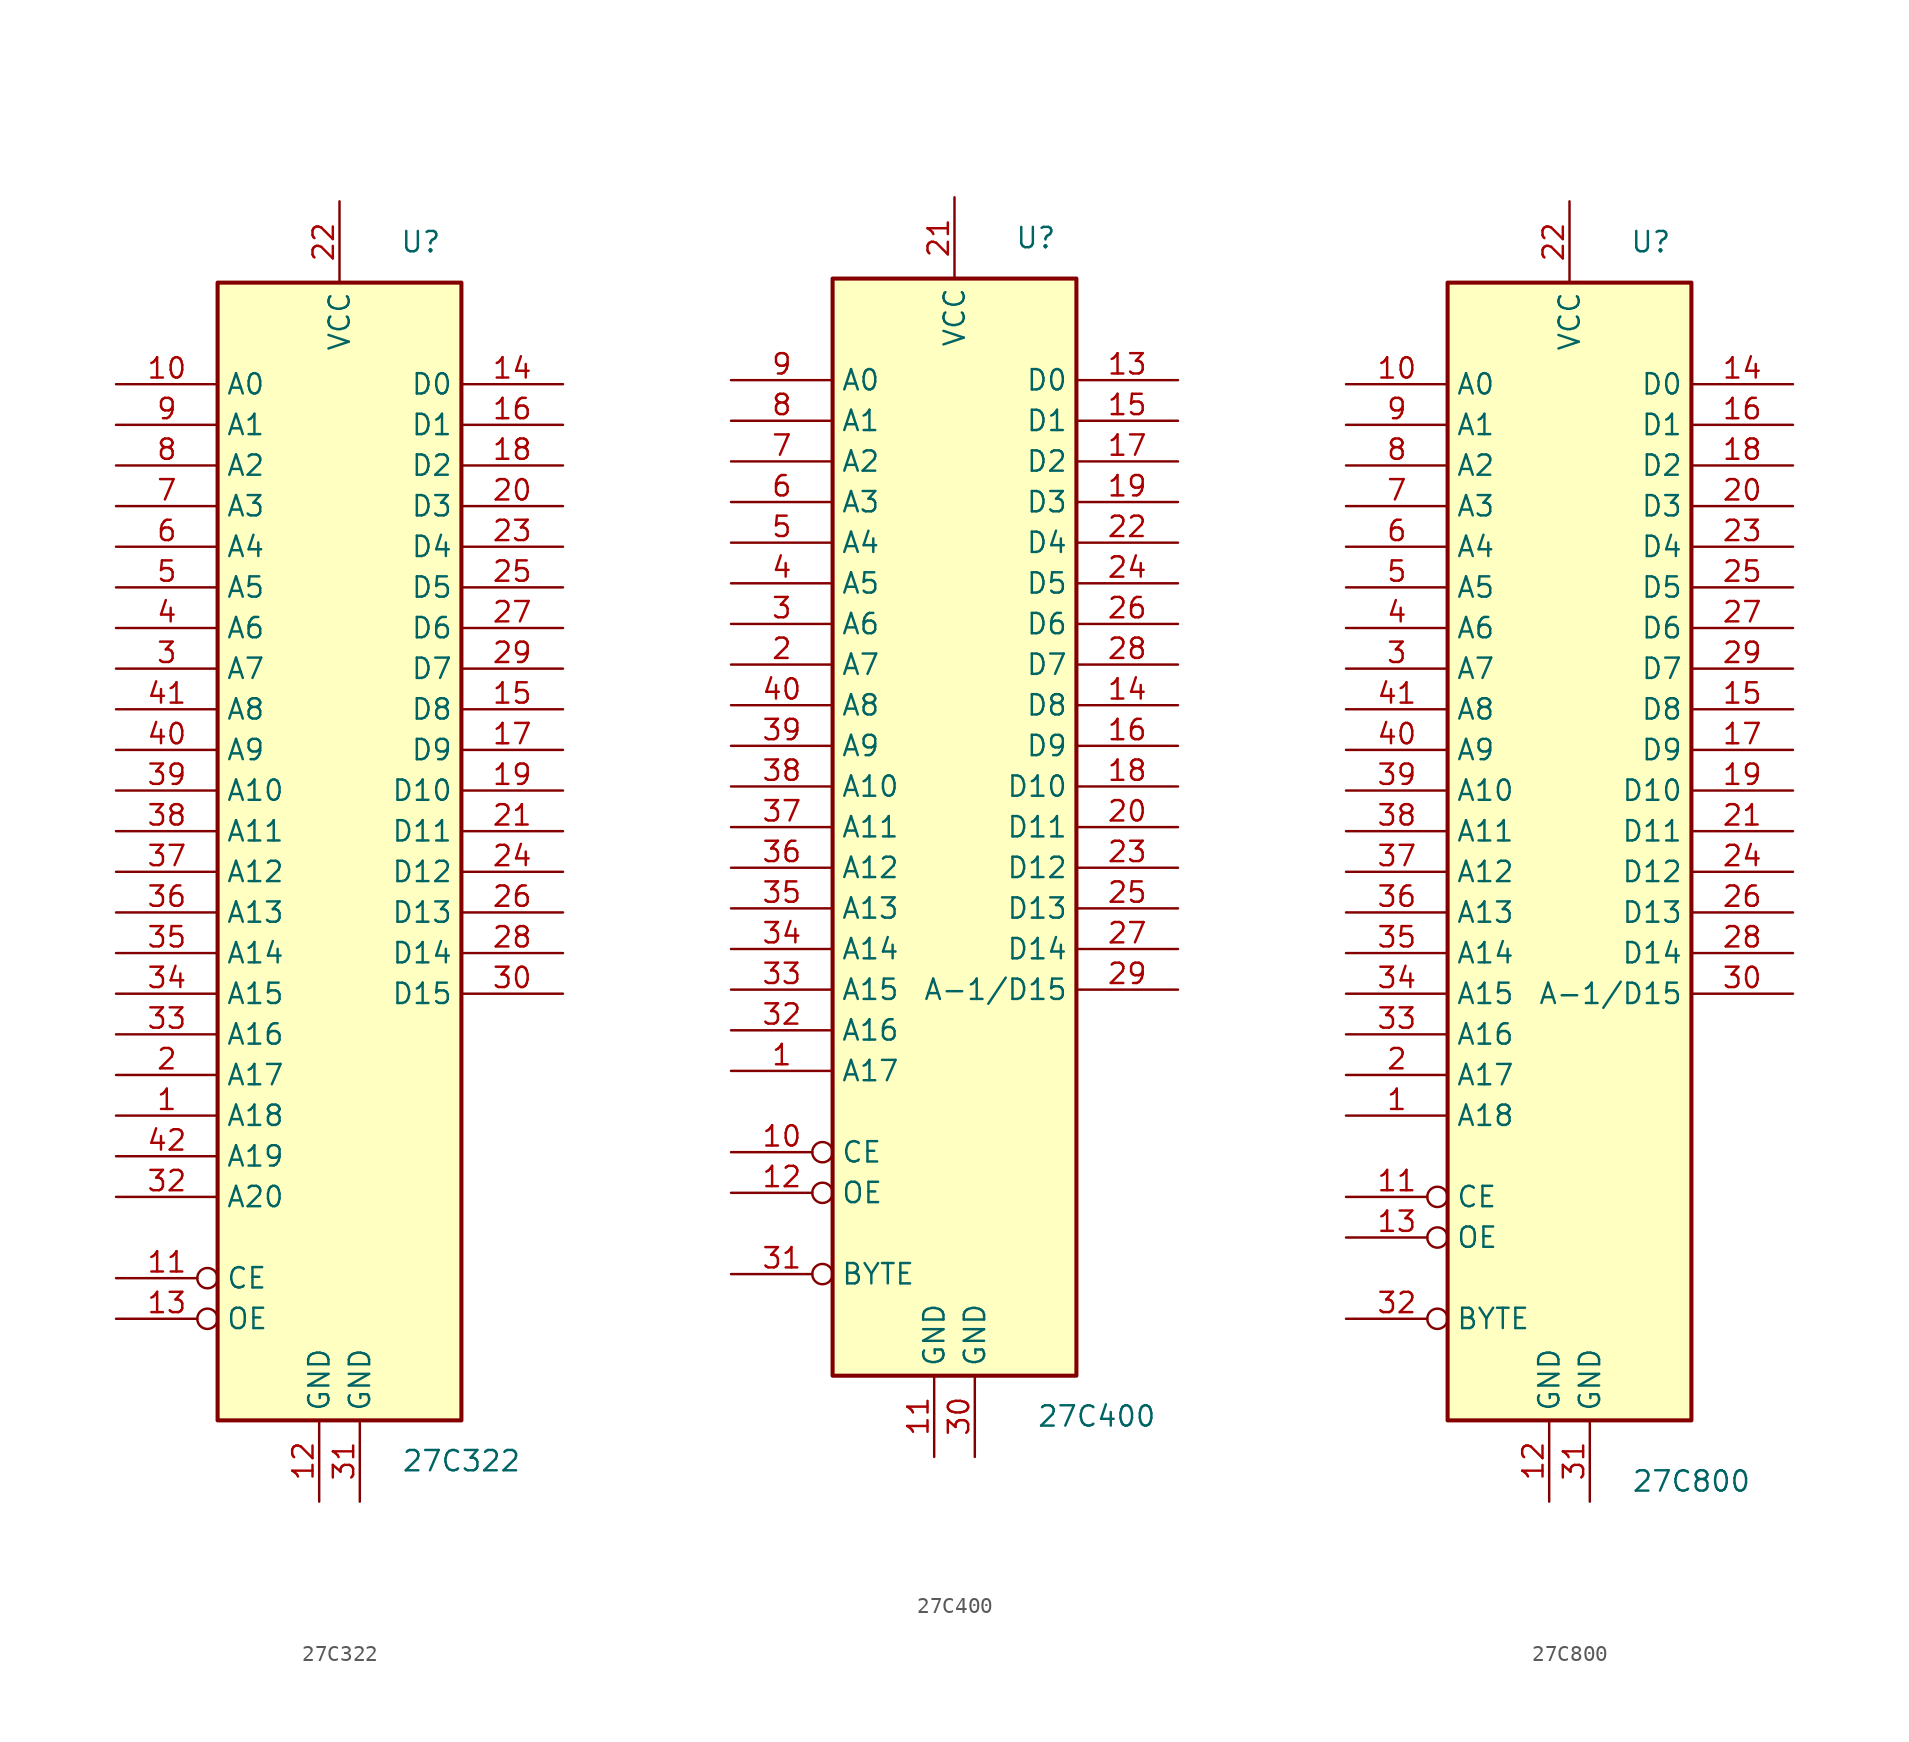
<source format=kicad_sym>
(kicad_symbol_lib
  (version 20220914)
  (generator kicad_symbol_editor)
  (symbol "27C322"
    (property "Reference" "U"
      (at 5.08 36.83 0)
      (effects (font (size 1.27 1.27))))
    (property "Value" "27C322"
      (at 7.62 -39.37 0)
      (effects (font (size 1.27 1.27))))
    (symbol "27C322_1_1"
      (rectangle (start -7.62 34.29) (end 7.62 -36.83) (stroke (width 0.254) (type default)) (fill (type background)))
      (pin input line (at -13.97 -17.78 0) (length 6.35) (name "A18" (effects (font (size 1.27 1.27)))) (number "1" (effects (font (size 1.27 1.27)))))
      (pin input line (at -13.97 27.94 0) (length 6.35) (name "A0" (effects (font (size 1.27 1.27)))) (number "10" (effects (font (size 1.27 1.27)))))
      (pin input inverted (at -13.97 -27.94 0) (length 6.35) (name "CE" (effects (font (size 1.27 1.27)))) (number "11" (effects (font (size 1.27 1.27)))))
      (pin power_in line (at -1.27 -41.91 90) (length 5.08) (name "GND" (effects (font (size 1.27 1.27)))) (number "12" (effects (font (size 1.27 1.27)))))
      (pin input inverted (at -13.97 -30.48 0) (length 6.35) (name "OE" (effects (font (size 1.27 1.27)))) (number "13" (effects (font (size 1.27 1.27)))))
      (pin tri_state line (at 13.97 27.94 180) (length 6.35) (name "D0" (effects (font (size 1.27 1.27)))) (number "14" (effects (font (size 1.27 1.27)))))
      (pin tri_state line (at 13.97 7.62 180) (length 6.35) (name "D8" (effects (font (size 1.27 1.27)))) (number "15" (effects (font (size 1.27 1.27)))))
      (pin tri_state line (at 13.97 25.4 180) (length 6.35) (name "D1" (effects (font (size 1.27 1.27)))) (number "16" (effects (font (size 1.27 1.27)))))
      (pin tri_state line (at 13.97 5.08 180) (length 6.35) (name "D9" (effects (font (size 1.27 1.27)))) (number "17" (effects (font (size 1.27 1.27)))))
      (pin tri_state line (at 13.97 22.86 180) (length 6.35) (name "D2" (effects (font (size 1.27 1.27)))) (number "18" (effects (font (size 1.27 1.27)))))
      (pin tri_state line (at 13.97 2.54 180) (length 6.35) (name "D10" (effects (font (size 1.27 1.27)))) (number "19" (effects (font (size 1.27 1.27)))))
      (pin input line (at -13.97 -15.24 0) (length 6.35) (name "A17" (effects (font (size 1.27 1.27)))) (number "2" (effects (font (size 1.27 1.27)))))
      (pin tri_state line (at 13.97 20.32 180) (length 6.35) (name "D3" (effects (font (size 1.27 1.27)))) (number "20" (effects (font (size 1.27 1.27)))))
      (pin tri_state line (at 13.97 0 180) (length 6.35) (name "D11" (effects (font (size 1.27 1.27)))) (number "21" (effects (font (size 1.27 1.27)))))
      (pin power_in line (at 0 39.37 270) (length 5.08) (name "VCC" (effects (font (size 1.27 1.27)))) (number "22" (effects (font (size 1.27 1.27)))))
      (pin tri_state line (at 13.97 17.78 180) (length 6.35) (name "D4" (effects (font (size 1.27 1.27)))) (number "23" (effects (font (size 1.27 1.27)))))
      (pin tri_state line (at 13.97 -2.54 180) (length 6.35) (name "D12" (effects (font (size 1.27 1.27)))) (number "24" (effects (font (size 1.27 1.27)))))
      (pin tri_state line (at 13.97 15.24 180) (length 6.35) (name "D5" (effects (font (size 1.27 1.27)))) (number "25" (effects (font (size 1.27 1.27)))))
      (pin tri_state line (at 13.97 -5.08 180) (length 6.35) (name "D13" (effects (font (size 1.27 1.27)))) (number "26" (effects (font (size 1.27 1.27)))))
      (pin tri_state line (at 13.97 12.7 180) (length 6.35) (name "D6" (effects (font (size 1.27 1.27)))) (number "27" (effects (font (size 1.27 1.27)))))
      (pin tri_state line (at 13.97 -7.62 180) (length 6.35) (name "D14" (effects (font (size 1.27 1.27)))) (number "28" (effects (font (size 1.27 1.27)))))
      (pin tri_state line (at 13.97 10.16 180) (length 6.35) (name "D7" (effects (font (size 1.27 1.27)))) (number "29" (effects (font (size 1.27 1.27)))))
      (pin input line (at -13.97 10.16 0) (length 6.35) (name "A7" (effects (font (size 1.27 1.27)))) (number "3" (effects (font (size 1.27 1.27)))))
      (pin tri_state line (at 13.97 -10.16 180) (length 6.35) (name "D15" (effects (font (size 1.27 1.27)))) (number "30" (effects (font (size 1.27 1.27)))))
      (pin power_in line (at 1.27 -41.91 90) (length 5.08) (name "GND" (effects (font (size 1.27 1.27)))) (number "31" (effects (font (size 1.27 1.27)))))
      (pin input line (at -13.97 -22.86 0) (length 6.35) (name "A20" (effects (font (size 1.27 1.27)))) (number "32" (effects (font (size 1.27 1.27)))))
      (pin input line (at -13.97 -12.7 0) (length 6.35) (name "A16" (effects (font (size 1.27 1.27)))) (number "33" (effects (font (size 1.27 1.27)))))
      (pin input line (at -13.97 -10.16 0) (length 6.35) (name "A15" (effects (font (size 1.27 1.27)))) (number "34" (effects (font (size 1.27 1.27)))))
      (pin input line (at -13.97 -7.62 0) (length 6.35) (name "A14" (effects (font (size 1.27 1.27)))) (number "35" (effects (font (size 1.27 1.27)))))
      (pin input line (at -13.97 -5.08 0) (length 6.35) (name "A13" (effects (font (size 1.27 1.27)))) (number "36" (effects (font (size 1.27 1.27)))))
      (pin input line (at -13.97 -2.54 0) (length 6.35) (name "A12" (effects (font (size 1.27 1.27)))) (number "37" (effects (font (size 1.27 1.27)))))
      (pin input line (at -13.97 0 0) (length 6.35) (name "A11" (effects (font (size 1.27 1.27)))) (number "38" (effects (font (size 1.27 1.27)))))
      (pin input line (at -13.97 2.54 0) (length 6.35) (name "A10" (effects (font (size 1.27 1.27)))) (number "39" (effects (font (size 1.27 1.27)))))
      (pin input line (at -13.97 12.7 0) (length 6.35) (name "A6" (effects (font (size 1.27 1.27)))) (number "4" (effects (font (size 1.27 1.27)))))
      (pin input line (at -13.97 5.08 0) (length 6.35) (name "A9" (effects (font (size 1.27 1.27)))) (number "40" (effects (font (size 1.27 1.27)))))
      (pin input line (at -13.97 7.62 0) (length 6.35) (name "A8" (effects (font (size 1.27 1.27)))) (number "41" (effects (font (size 1.27 1.27)))))
      (pin input line (at -13.97 -20.32 0) (length 6.35) (name "A19" (effects (font (size 1.27 1.27)))) (number "42" (effects (font (size 1.27 1.27)))))
      (pin input line (at -13.97 15.24 0) (length 6.35) (name "A5" (effects (font (size 1.27 1.27)))) (number "5" (effects (font (size 1.27 1.27)))))
      (pin input line (at -13.97 17.78 0) (length 6.35) (name "A4" (effects (font (size 1.27 1.27)))) (number "6" (effects (font (size 1.27 1.27)))))
      (pin input line (at -13.97 20.32 0) (length 6.35) (name "A3" (effects (font (size 1.27 1.27)))) (number "7" (effects (font (size 1.27 1.27)))))
      (pin input line (at -13.97 22.86 0) (length 6.35) (name "A2" (effects (font (size 1.27 1.27)))) (number "8" (effects (font (size 1.27 1.27)))))
      (pin input line (at -13.97 25.4 0) (length 6.35) (name "A1" (effects (font (size 1.27 1.27)))) (number "9" (effects (font (size 1.27 1.27)))))))
  (symbol "27C400"
    (property "Reference" "U"
      (at 5.08 35.56 0)
      (effects (font (size 1.27 1.27))))
    (property "Value" "27C400"
      (at 8.89 -38.1 0)
      (effects (font (size 1.27 1.27))))
    (symbol "27C400_1_1"
      (rectangle (start -7.62 33.02) (end 7.62 -35.56) (stroke (width 0.254) (type default)) (fill (type background)))
      (pin input line (at -13.97 -16.51 0) (length 6.35) (name "A17" (effects (font (size 1.27 1.27)))) (number "1" (effects (font (size 1.27 1.27)))))
      (pin input inverted (at -13.97 -21.59 0) (length 6.35) (name "CE" (effects (font (size 1.27 1.27)))) (number "10" (effects (font (size 1.27 1.27)))))
      (pin power_in line (at -1.27 -40.64 90) (length 5.08) (name "GND" (effects (font (size 1.27 1.27)))) (number "11" (effects (font (size 1.27 1.27)))))
      (pin input inverted (at -13.97 -24.13 0) (length 6.35) (name "OE" (effects (font (size 1.27 1.27)))) (number "12" (effects (font (size 1.27 1.27)))))
      (pin tri_state line (at 13.97 26.67 180) (length 6.35) (name "D0" (effects (font (size 1.27 1.27)))) (number "13" (effects (font (size 1.27 1.27)))))
      (pin tri_state line (at 13.97 6.35 180) (length 6.35) (name "D8" (effects (font (size 1.27 1.27)))) (number "14" (effects (font (size 1.27 1.27)))))
      (pin tri_state line (at 13.97 24.13 180) (length 6.35) (name "D1" (effects (font (size 1.27 1.27)))) (number "15" (effects (font (size 1.27 1.27)))))
      (pin tri_state line (at 13.97 3.81 180) (length 6.35) (name "D9" (effects (font (size 1.27 1.27)))) (number "16" (effects (font (size 1.27 1.27)))))
      (pin tri_state line (at 13.97 21.59 180) (length 6.35) (name "D2" (effects (font (size 1.27 1.27)))) (number "17" (effects (font (size 1.27 1.27)))))
      (pin tri_state line (at 13.97 1.27 180) (length 6.35) (name "D10" (effects (font (size 1.27 1.27)))) (number "18" (effects (font (size 1.27 1.27)))))
      (pin tri_state line (at 13.97 19.05 180) (length 6.35) (name "D3" (effects (font (size 1.27 1.27)))) (number "19" (effects (font (size 1.27 1.27)))))
      (pin input line (at -13.97 8.89 0) (length 6.35) (name "A7" (effects (font (size 1.27 1.27)))) (number "2" (effects (font (size 1.27 1.27)))))
      (pin tri_state line (at 13.97 -1.27 180) (length 6.35) (name "D11" (effects (font (size 1.27 1.27)))) (number "20" (effects (font (size 1.27 1.27)))))
      (pin power_in line (at 0 38.1 270) (length 5.08) (name "VCC" (effects (font (size 1.27 1.27)))) (number "21" (effects (font (size 1.27 1.27)))))
      (pin tri_state line (at 13.97 16.51 180) (length 6.35) (name "D4" (effects (font (size 1.27 1.27)))) (number "22" (effects (font (size 1.27 1.27)))))
      (pin tri_state line (at 13.97 -3.81 180) (length 6.35) (name "D12" (effects (font (size 1.27 1.27)))) (number "23" (effects (font (size 1.27 1.27)))))
      (pin tri_state line (at 13.97 13.97 180) (length 6.35) (name "D5" (effects (font (size 1.27 1.27)))) (number "24" (effects (font (size 1.27 1.27)))))
      (pin tri_state line (at 13.97 -6.35 180) (length 6.35) (name "D13" (effects (font (size 1.27 1.27)))) (number "25" (effects (font (size 1.27 1.27)))))
      (pin tri_state line (at 13.97 11.43 180) (length 6.35) (name "D6" (effects (font (size 1.27 1.27)))) (number "26" (effects (font (size 1.27 1.27)))))
      (pin tri_state line (at 13.97 -8.89 180) (length 6.35) (name "D14" (effects (font (size 1.27 1.27)))) (number "27" (effects (font (size 1.27 1.27)))))
      (pin tri_state line (at 13.97 8.89 180) (length 6.35) (name "D7" (effects (font (size 1.27 1.27)))) (number "28" (effects (font (size 1.27 1.27)))))
      (pin tri_state line (at 13.97 -11.43 180) (length 6.35) (name "A-1/D15" (effects (font (size 1.27 1.27)))) (number "29" (effects (font (size 1.27 1.27)))))
      (pin input line (at -13.97 11.43 0) (length 6.35) (name "A6" (effects (font (size 1.27 1.27)))) (number "3" (effects (font (size 1.27 1.27)))))
      (pin power_in line (at 1.27 -40.64 90) (length 5.08) (name "GND" (effects (font (size 1.27 1.27)))) (number "30" (effects (font (size 1.27 1.27)))))
      (pin input inverted (at -13.97 -29.21 0) (length 6.35) (name "BYTE" (effects (font (size 1.27 1.27)))) (number "31" (effects (font (size 1.27 1.27)))))
      (pin input line (at -13.97 -13.97 0) (length 6.35) (name "A16" (effects (font (size 1.27 1.27)))) (number "32" (effects (font (size 1.27 1.27)))))
      (pin input line (at -13.97 -11.43 0) (length 6.35) (name "A15" (effects (font (size 1.27 1.27)))) (number "33" (effects (font (size 1.27 1.27)))))
      (pin input line (at -13.97 -8.89 0) (length 6.35) (name "A14" (effects (font (size 1.27 1.27)))) (number "34" (effects (font (size 1.27 1.27)))))
      (pin input line (at -13.97 -6.35 0) (length 6.35) (name "A13" (effects (font (size 1.27 1.27)))) (number "35" (effects (font (size 1.27 1.27)))))
      (pin input line (at -13.97 -3.81 0) (length 6.35) (name "A12" (effects (font (size 1.27 1.27)))) (number "36" (effects (font (size 1.27 1.27)))))
      (pin input line (at -13.97 -1.27 0) (length 6.35) (name "A11" (effects (font (size 1.27 1.27)))) (number "37" (effects (font (size 1.27 1.27)))))
      (pin input line (at -13.97 1.27 0) (length 6.35) (name "A10" (effects (font (size 1.27 1.27)))) (number "38" (effects (font (size 1.27 1.27)))))
      (pin input line (at -13.97 3.81 0) (length 6.35) (name "A9" (effects (font (size 1.27 1.27)))) (number "39" (effects (font (size 1.27 1.27)))))
      (pin input line (at -13.97 13.97 0) (length 6.35) (name "A5" (effects (font (size 1.27 1.27)))) (number "4" (effects (font (size 1.27 1.27)))))
      (pin input line (at -13.97 6.35 0) (length 6.35) (name "A8" (effects (font (size 1.27 1.27)))) (number "40" (effects (font (size 1.27 1.27)))))
      (pin input line (at -13.97 16.51 0) (length 6.35) (name "A4" (effects (font (size 1.27 1.27)))) (number "5" (effects (font (size 1.27 1.27)))))
      (pin input line (at -13.97 19.05 0) (length 6.35) (name "A3" (effects (font (size 1.27 1.27)))) (number "6" (effects (font (size 1.27 1.27)))))
      (pin input line (at -13.97 21.59 0) (length 6.35) (name "A2" (effects (font (size 1.27 1.27)))) (number "7" (effects (font (size 1.27 1.27)))))
      (pin input line (at -13.97 24.13 0) (length 6.35) (name "A1" (effects (font (size 1.27 1.27)))) (number "8" (effects (font (size 1.27 1.27)))))
      (pin input line (at -13.97 26.67 0) (length 6.35) (name "A0" (effects (font (size 1.27 1.27)))) (number "9" (effects (font (size 1.27 1.27)))))))
  (symbol "27C800"
    (property "Reference" "U"
      (at 5.08 36.83 0)
      (effects (font (size 1.27 1.27))))
    (property "Value" "27C800"
      (at 7.62 -40.64 0)
      (effects (font (size 1.27 1.27))))
    (symbol "27C800_1_1"
      (rectangle (start -7.62 34.29) (end 7.62 -36.83) (stroke (width 0.254) (type default)) (fill (type background)))
      (pin input line (at -13.97 -17.78 0) (length 6.35) (name "A18" (effects (font (size 1.27 1.27)))) (number "1" (effects (font (size 1.27 1.27)))))
      (pin input line (at -13.97 27.94 0) (length 6.35) (name "A0" (effects (font (size 1.27 1.27)))) (number "10" (effects (font (size 1.27 1.27)))))
      (pin input inverted (at -13.97 -22.86 0) (length 6.35) (name "CE" (effects (font (size 1.27 1.27)))) (number "11" (effects (font (size 1.27 1.27)))))
      (pin power_in line (at -1.27 -41.91 90) (length 5.08) (name "GND" (effects (font (size 1.27 1.27)))) (number "12" (effects (font (size 1.27 1.27)))))
      (pin input inverted (at -13.97 -25.4 0) (length 6.35) (name "OE" (effects (font (size 1.27 1.27)))) (number "13" (effects (font (size 1.27 1.27)))))
      (pin tri_state line (at 13.97 27.94 180) (length 6.35) (name "D0" (effects (font (size 1.27 1.27)))) (number "14" (effects (font (size 1.27 1.27)))))
      (pin tri_state line (at 13.97 7.62 180) (length 6.35) (name "D8" (effects (font (size 1.27 1.27)))) (number "15" (effects (font (size 1.27 1.27)))))
      (pin tri_state line (at 13.97 25.4 180) (length 6.35) (name "D1" (effects (font (size 1.27 1.27)))) (number "16" (effects (font (size 1.27 1.27)))))
      (pin tri_state line (at 13.97 5.08 180) (length 6.35) (name "D9" (effects (font (size 1.27 1.27)))) (number "17" (effects (font (size 1.27 1.27)))))
      (pin tri_state line (at 13.97 22.86 180) (length 6.35) (name "D2" (effects (font (size 1.27 1.27)))) (number "18" (effects (font (size 1.27 1.27)))))
      (pin tri_state line (at 13.97 2.54 180) (length 6.35) (name "D10" (effects (font (size 1.27 1.27)))) (number "19" (effects (font (size 1.27 1.27)))))
      (pin input line (at -13.97 -15.24 0) (length 6.35) (name "A17" (effects (font (size 1.27 1.27)))) (number "2" (effects (font (size 1.27 1.27)))))
      (pin tri_state line (at 13.97 20.32 180) (length 6.35) (name "D3" (effects (font (size 1.27 1.27)))) (number "20" (effects (font (size 1.27 1.27)))))
      (pin tri_state line (at 13.97 0 180) (length 6.35) (name "D11" (effects (font (size 1.27 1.27)))) (number "21" (effects (font (size 1.27 1.27)))))
      (pin power_in line (at 0 39.37 270) (length 5.08) (name "VCC" (effects (font (size 1.27 1.27)))) (number "22" (effects (font (size 1.27 1.27)))))
      (pin tri_state line (at 13.97 17.78 180) (length 6.35) (name "D4" (effects (font (size 1.27 1.27)))) (number "23" (effects (font (size 1.27 1.27)))))
      (pin tri_state line (at 13.97 -2.54 180) (length 6.35) (name "D12" (effects (font (size 1.27 1.27)))) (number "24" (effects (font (size 1.27 1.27)))))
      (pin tri_state line (at 13.97 15.24 180) (length 6.35) (name "D5" (effects (font (size 1.27 1.27)))) (number "25" (effects (font (size 1.27 1.27)))))
      (pin tri_state line (at 13.97 -5.08 180) (length 6.35) (name "D13" (effects (font (size 1.27 1.27)))) (number "26" (effects (font (size 1.27 1.27)))))
      (pin tri_state line (at 13.97 12.7 180) (length 6.35) (name "D6" (effects (font (size 1.27 1.27)))) (number "27" (effects (font (size 1.27 1.27)))))
      (pin tri_state line (at 13.97 -7.62 180) (length 6.35) (name "D14" (effects (font (size 1.27 1.27)))) (number "28" (effects (font (size 1.27 1.27)))))
      (pin tri_state line (at 13.97 10.16 180) (length 6.35) (name "D7" (effects (font (size 1.27 1.27)))) (number "29" (effects (font (size 1.27 1.27)))))
      (pin input line (at -13.97 10.16 0) (length 6.35) (name "A7" (effects (font (size 1.27 1.27)))) (number "3" (effects (font (size 1.27 1.27)))))
      (pin tri_state line (at 13.97 -10.16 180) (length 6.35) (name "A-1/D15" (effects (font (size 1.27 1.27)))) (number "30" (effects (font (size 1.27 1.27)))))
      (pin power_in line (at 1.27 -41.91 90) (length 5.08) (name "GND" (effects (font (size 1.27 1.27)))) (number "31" (effects (font (size 1.27 1.27)))))
      (pin input inverted (at -13.97 -30.48 0) (length 6.35) (name "BYTE" (effects (font (size 1.27 1.27)))) (number "32" (effects (font (size 1.27 1.27)))))
      (pin input line (at -13.97 -12.7 0) (length 6.35) (name "A16" (effects (font (size 1.27 1.27)))) (number "33" (effects (font (size 1.27 1.27)))))
      (pin input line (at -13.97 -10.16 0) (length 6.35) (name "A15" (effects (font (size 1.27 1.27)))) (number "34" (effects (font (size 1.27 1.27)))))
      (pin input line (at -13.97 -7.62 0) (length 6.35) (name "A14" (effects (font (size 1.27 1.27)))) (number "35" (effects (font (size 1.27 1.27)))))
      (pin input line (at -13.97 -5.08 0) (length 6.35) (name "A13" (effects (font (size 1.27 1.27)))) (number "36" (effects (font (size 1.27 1.27)))))
      (pin input line (at -13.97 -2.54 0) (length 6.35) (name "A12" (effects (font (size 1.27 1.27)))) (number "37" (effects (font (size 1.27 1.27)))))
      (pin input line (at -13.97 0 0) (length 6.35) (name "A11" (effects (font (size 1.27 1.27)))) (number "38" (effects (font (size 1.27 1.27)))))
      (pin input line (at -13.97 2.54 0) (length 6.35) (name "A10" (effects (font (size 1.27 1.27)))) (number "39" (effects (font (size 1.27 1.27)))))
      (pin input line (at -13.97 12.7 0) (length 6.35) (name "A6" (effects (font (size 1.27 1.27)))) (number "4" (effects (font (size 1.27 1.27)))))
      (pin input line (at -13.97 5.08 0) (length 6.35) (name "A9" (effects (font (size 1.27 1.27)))) (number "40" (effects (font (size 1.27 1.27)))))
      (pin input line (at -13.97 7.62 0) (length 6.35) (name "A8" (effects (font (size 1.27 1.27)))) (number "41" (effects (font (size 1.27 1.27)))))
      (pin input line (at -13.97 15.24 0) (length 6.35) (name "A5" (effects (font (size 1.27 1.27)))) (number "5" (effects (font (size 1.27 1.27)))))
      (pin input line (at -13.97 17.78 0) (length 6.35) (name "A4" (effects (font (size 1.27 1.27)))) (number "6" (effects (font (size 1.27 1.27)))))
      (pin input line (at -13.97 20.32 0) (length 6.35) (name "A3" (effects (font (size 1.27 1.27)))) (number "7" (effects (font (size 1.27 1.27)))))
      (pin input line (at -13.97 22.86 0) (length 6.35) (name "A2" (effects (font (size 1.27 1.27)))) (number "8" (effects (font (size 1.27 1.27)))))
      (pin input line (at -13.97 25.4 0) (length 6.35) (name "A1" (effects (font (size 1.27 1.27)))) (number "9" (effects (font (size 1.27 1.27))))))))
</source>
